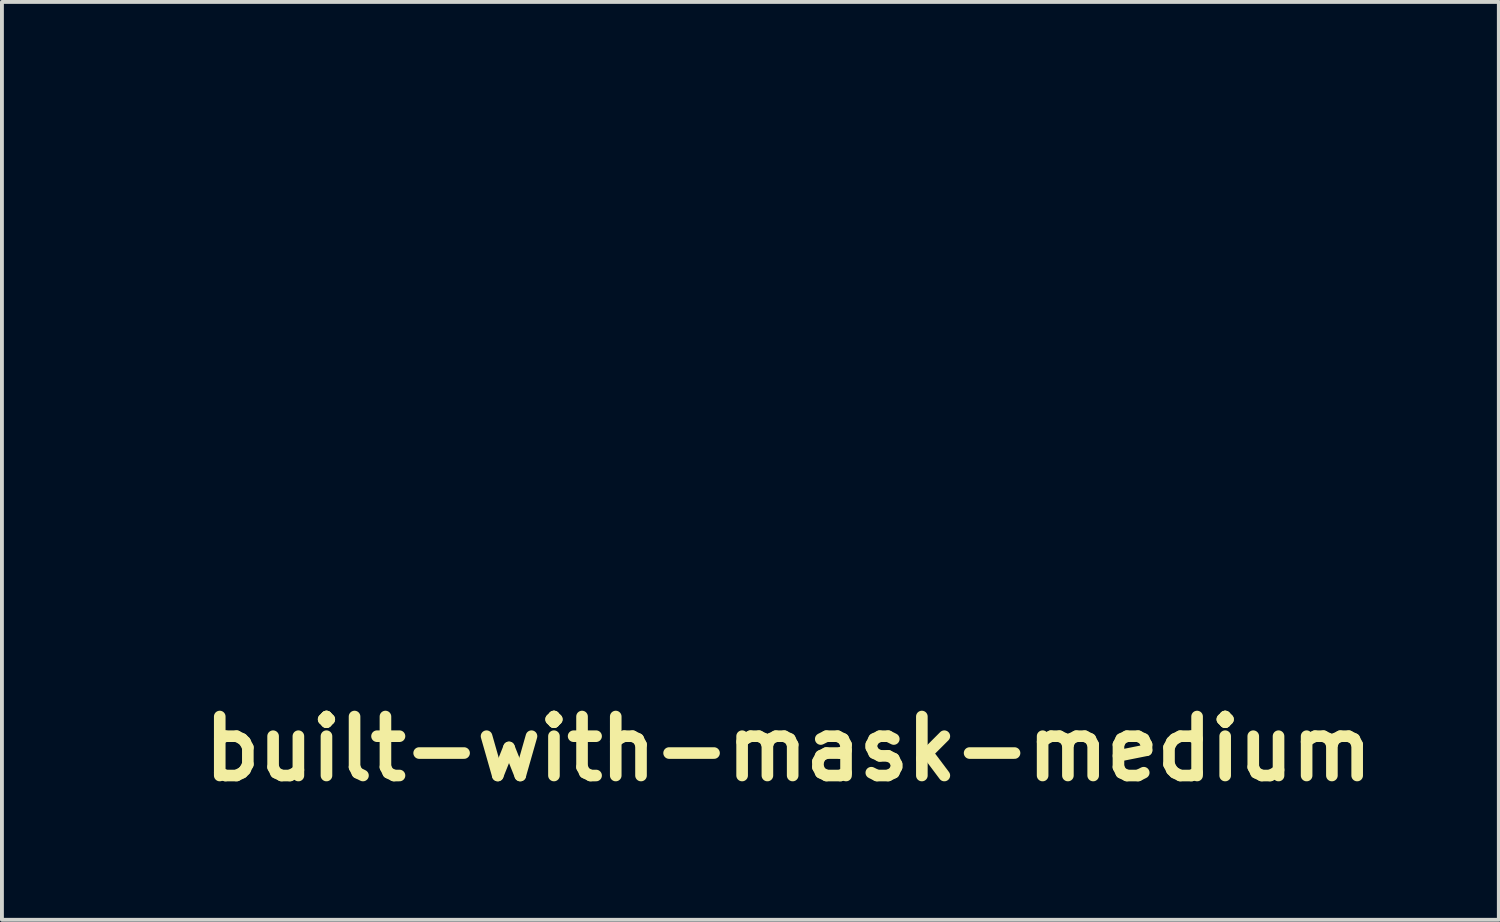
<source format=kicad_pcb>
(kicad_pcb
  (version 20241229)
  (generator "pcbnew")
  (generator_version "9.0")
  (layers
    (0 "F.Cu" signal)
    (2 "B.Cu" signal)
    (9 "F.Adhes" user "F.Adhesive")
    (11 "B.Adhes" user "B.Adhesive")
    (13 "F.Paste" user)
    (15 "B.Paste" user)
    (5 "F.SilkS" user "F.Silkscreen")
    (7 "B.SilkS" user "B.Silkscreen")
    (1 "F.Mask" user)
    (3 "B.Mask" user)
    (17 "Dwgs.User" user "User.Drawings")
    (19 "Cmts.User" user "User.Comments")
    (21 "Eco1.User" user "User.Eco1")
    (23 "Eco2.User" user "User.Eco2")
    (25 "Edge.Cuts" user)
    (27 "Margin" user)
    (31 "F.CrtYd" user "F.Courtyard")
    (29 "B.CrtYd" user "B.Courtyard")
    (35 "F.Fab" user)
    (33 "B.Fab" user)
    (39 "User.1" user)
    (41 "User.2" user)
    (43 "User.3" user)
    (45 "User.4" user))
  (footprint "built-with-mask-medium"
    (layer "F.Cu")
    (at 17.324 16.3)
    (property "Reference" "built-with-mask-medium" (at 0 0 0) (layer "F.SilkS") (effects (font (size 1.524 1.524) (thickness 0.3))))
    (attr board_only exclude_from_pos_files exclude_from_bom)
    (fp_poly (pts (xy -3.403 -9) (xy -2.162 -9) (xy -2.162 -8.58) (xy -3.923 -8.58) (xy -3.923 -11.24) (xy -3.403 -11.24)) (stroke (width 0) (type solid)) (fill yes) (layer "F.Mask"))
    (fp_poly (pts (xy 9.427 -12.66) (xy 9.848 -12.66) (xy 9.848 -12.34) (xy 8.587 -12.34) (xy 8.587 -12.66) (xy 9.027 -12.66) (xy 9.027 -13.58) (xy 8.587 -13.58) (xy 8.587 -13.9) (xy 9.427 -13.9)) (stroke (width 0) (type solid)) (fill yes) (layer "F.Mask"))
    (fp_poly (pts (xy 0.56 -12.66) (xy 0.981 -12.66) (xy 0.981 -12.34) (xy -0.28 -12.34) (xy -0.28 -12.659) (xy -0.065 -12.664) (xy 0.15 -12.67) (xy 0.161 -13.58) (xy -0.28 -13.58) (xy -0.28 -13.9) (xy 0.56 -13.9)) (stroke (width 0) (type solid)) (fill yes) (layer "F.Mask"))
    (fp_poly (pts (xy 2.342 -12.66) (xy 2.782 -12.66) (xy 2.782 -12.34) (xy 1.461 -12.34) (xy 1.461 -12.66) (xy 1.922 -12.66) (xy 1.922 -14.219) (xy 1.471 -14.23) (xy 1.465 -14.395) (xy 1.46 -14.56) (xy 2.342 -14.56)) (stroke (width 0) (type solid)) (fill yes) (layer "F.Mask"))
    (fp_poly (pts (xy 0.396 -14.513) (xy 0.48 -14.483) (xy 0.541 -14.428) (xy 0.576 -14.357) (xy 0.582 -14.279) (xy 0.556 -14.202) (xy 0.522 -14.158) (xy 0.478 -14.121) (xy 0.441 -14.101) (xy 0.434 -14.1) (xy 0.388 -14.095) (xy 0.377 -14.092) (xy 0.339 -14.091) (xy 0.293 -14.101) (xy 0.217 -14.139) (xy 0.158 -14.199) (xy 0.13 -14.26) (xy 0.131 -14.341) (xy 0.164 -14.414) (xy 0.222 -14.472) (xy 0.299 -14.507) (xy 0.385 -14.514)) (stroke (width 0) (type solid)) (fill yes) (layer "F.Mask"))
    (fp_poly (pts (xy 9.272 -14.511) (xy 9.352 -14.481) (xy 9.395 -14.447) (xy 9.43 -14.402) (xy 9.445 -14.349) (xy 9.447 -14.299) (xy 9.443 -14.235) (xy 9.426 -14.193) (xy 9.388 -14.154) (xy 9.386 -14.152) (xy 9.34 -14.119) (xy 9.304 -14.101) (xy 9.297 -14.1) (xy 9.253 -14.094) (xy 9.244 -14.092) (xy 9.207 -14.091) (xy 9.156 -14.101) (xy 9.074 -14.143) (xy 9.021 -14.21) (xy 9 -14.294) (xy 9.009 -14.368) (xy 9.047 -14.44) (xy 9.11 -14.489) (xy 9.189 -14.513)) (stroke (width 0) (type solid)) (fill yes) (layer "F.Mask"))
    (fp_poly (pts (xy 12.225 -14.556) (xy 12.42 -14.55) (xy 12.425 -14.133) (xy 12.431 -13.716) (xy 12.51 -13.788) (xy 12.609 -13.862) (xy 12.713 -13.905) (xy 12.834 -13.922) (xy 12.874 -13.923) (xy 13.025 -13.907) (xy 13.151 -13.86) (xy 13.253 -13.782) (xy 13.334 -13.671) (xy 13.354 -13.63) (xy 13.368 -13.6) (xy 13.378 -13.57) (xy 13.386 -13.535) (xy 13.392 -13.49) (xy 13.397 -13.43) (xy 13.4 -13.351) (xy 13.403 -13.247) (xy 13.405 -13.113) (xy 13.407 -12.944) (xy 13.407 -12.935) (xy 13.413 -12.34) (xy 13.012 -12.34) (xy 13.006 -12.9) (xy 13 -13.459) (xy 12.936 -13.524) (xy 12.895 -13.56) (xy 12.853 -13.581) (xy 12.797 -13.592) (xy 12.741 -13.596) (xy 12.663 -13.599) (xy 12.607 -13.591) (xy 12.556 -13.571) (xy 12.521 -13.551) (xy 12.43 -13.498) (xy 12.43 -12.34) (xy 12.029 -12.34) (xy 12.029 -14.561)) (stroke (width 0) (type solid)) (fill yes) (layer "F.Mask"))
    (fp_poly (pts (xy 10.751 -10.571) (xy 10.9 -10.525) (xy 11.023 -10.448) (xy 11.122 -10.34) (xy 11.194 -10.201) (xy 11.241 -10.032) (xy 11.248 -9.988) (xy 11.253 -9.934) (xy 11.258 -9.845) (xy 11.262 -9.729) (xy 11.265 -9.592) (xy 11.267 -9.44) (xy 11.268 -9.278) (xy 11.268 -9.214) (xy 11.269 -8.579) (xy 11.014 -8.584) (xy 10.758 -8.59) (xy 10.748 -9.28) (xy 10.746 -9.467) (xy 10.743 -9.619) (xy 10.74 -9.739) (xy 10.736 -9.832) (xy 10.732 -9.902) (xy 10.726 -9.953) (xy 10.72 -9.99) (xy 10.711 -10.017) (xy 10.703 -10.035) (xy 10.646 -10.103) (xy 10.56 -10.149) (xy 10.442 -10.173) (xy 10.428 -10.175) (xy 10.3 -10.173) (xy 10.191 -10.139) (xy 10.091 -10.07) (xy 10.085 -10.065) (xy 10.008 -9.995) (xy 10.008 -8.58) (xy 9.507 -8.58) (xy 9.507 -10.56) (xy 9.963 -10.56) (xy 9.977 -10.429) (xy 9.991 -10.299) (xy 10.1 -10.398) (xy 10.233 -10.497) (xy 10.379 -10.558) (xy 10.541 -10.584) (xy 10.578 -10.585)) (stroke (width 0) (type solid)) (fill yes) (layer "F.Mask"))
    (fp_poly (pts (xy 10.989 -13.9) (xy 11.569 -13.9) (xy 11.569 -13.6) (xy 10.989 -13.6) (xy 10.989 -13.205) (xy 10.99 -13.05) (xy 10.993 -12.93) (xy 11.001 -12.84) (xy 11.014 -12.774) (xy 11.035 -12.728) (xy 11.063 -12.696) (xy 11.102 -12.674) (xy 11.141 -12.659) (xy 11.202 -12.649) (xy 11.289 -12.645) (xy 11.386 -12.649) (xy 11.479 -12.659) (xy 11.542 -12.672) (xy 11.568 -12.675) (xy 11.587 -12.663) (xy 11.6 -12.63) (xy 11.611 -12.568) (xy 11.619 -12.508) (xy 11.625 -12.448) (xy 11.621 -12.414) (xy 11.603 -12.396) (xy 11.576 -12.384) (xy 11.473 -12.353) (xy 11.35 -12.333) (xy 11.217 -12.322) (xy 11.088 -12.322) (xy 10.974 -12.333) (xy 10.899 -12.352) (xy 10.802 -12.406) (xy 10.712 -12.489) (xy 10.642 -12.59) (xy 10.628 -12.618) (xy 10.617 -12.648) (xy 10.609 -12.686) (xy 10.603 -12.738) (xy 10.599 -12.808) (xy 10.596 -12.903) (xy 10.594 -13.029) (xy 10.592 -13.135) (xy 10.586 -13.6) (xy 10.228 -13.6) (xy 10.228 -13.9) (xy 10.588 -13.9) (xy 10.588 -14.28) (xy 10.989 -14.28)) (stroke (width 0) (type solid)) (fill yes) (layer "F.Mask"))
    (fp_poly (pts (xy 3.883 -13.9) (xy 4.464 -13.9) (xy 4.464 -13.6) (xy 3.883 -13.6) (xy 3.883 -13.245) (xy 3.884 -13.091) (xy 3.888 -12.972) (xy 3.896 -12.881) (xy 3.908 -12.814) (xy 3.926 -12.763) (xy 3.951 -12.724) (xy 3.975 -12.699) (xy 4.008 -12.672) (xy 4.046 -12.658) (xy 4.101 -12.651) (xy 4.17 -12.65) (xy 4.259 -12.652) (xy 4.347 -12.658) (xy 4.407 -12.664) (xy 4.5 -12.679) (xy 4.513 -12.574) (xy 4.523 -12.508) (xy 4.532 -12.455) (xy 4.536 -12.437) (xy 4.53 -12.412) (xy 4.496 -12.389) (xy 4.449 -12.37) (xy 4.374 -12.351) (xy 4.275 -12.337) (xy 4.163 -12.328) (xy 4.048 -12.325) (xy 3.943 -12.328) (xy 3.858 -12.337) (xy 3.818 -12.347) (xy 3.695 -12.413) (xy 3.599 -12.508) (xy 3.546 -12.598) (xy 3.528 -12.636) (xy 3.515 -12.671) (xy 3.506 -12.71) (xy 3.499 -12.759) (xy 3.494 -12.824) (xy 3.491 -12.911) (xy 3.488 -13.027) (xy 3.486 -13.154) (xy 3.479 -13.598) (xy 3.306 -13.604) (xy 3.132 -13.61) (xy 3.121 -13.9) (xy 3.483 -13.9) (xy 3.483 -14.28) (xy 3.883 -14.28)) (stroke (width 0) (type solid)) (fill yes) (layer "F.Mask"))
    (fp_poly (pts (xy 6.286 -10.568) (xy 6.432 -10.52) (xy 6.553 -10.442) (xy 6.649 -10.332) (xy 6.719 -10.191) (xy 6.764 -10.021) (xy 6.765 -10.014) (xy 6.77 -9.964) (xy 6.774 -9.879) (xy 6.778 -9.766) (xy 6.781 -9.632) (xy 6.784 -9.48) (xy 6.785 -9.319) (xy 6.785 -9.235) (xy 6.785 -8.58) (xy 6.287 -8.58) (xy 6.281 -9.255) (xy 6.279 -9.438) (xy 6.277 -9.586) (xy 6.275 -9.703) (xy 6.272 -9.794) (xy 6.268 -9.862) (xy 6.263 -9.912) (xy 6.257 -9.949) (xy 6.249 -9.978) (xy 6.238 -10.002) (xy 6.235 -10.009) (xy 6.181 -10.089) (xy 6.113 -10.14) (xy 6.02 -10.168) (xy 5.973 -10.174) (xy 5.832 -10.173) (xy 5.715 -10.14) (xy 5.616 -10.076) (xy 5.6 -10.06) (xy 5.524 -9.985) (xy 5.524 -8.58) (xy 5.024 -8.58) (xy 5.024 -10.56) (xy 5.481 -10.56) (xy 5.495 -10.43) (xy 5.503 -10.364) (xy 5.509 -10.317) (xy 5.512 -10.3) (xy 5.528 -10.313) (xy 5.564 -10.346) (xy 5.615 -10.393) (xy 5.621 -10.399) (xy 5.74 -10.491) (xy 5.866 -10.55) (xy 6.011 -10.579) (xy 6.115 -10.584)) (stroke (width 0) (type solid)) (fill yes) (layer "F.Mask"))
    (fp_poly (pts (xy -1.178 -9.875) (xy -1.176 -9.69) (xy -1.174 -9.541) (xy -1.171 -9.422) (xy -1.168 -9.331) (xy -1.165 -9.261) (xy -1.16 -9.21) (xy -1.153 -9.172) (xy -1.145 -9.143) (xy -1.135 -9.119) (xy -1.131 -9.11) (xy -1.072 -9.032) (xy -0.988 -8.982) (xy -0.877 -8.961) (xy -0.841 -8.96) (xy -0.711 -8.978) (xy -0.599 -9.026) (xy -0.515 -9.099) (xy -0.46 -9.163) (xy -0.46 -10.56) (xy 0.04 -10.56) (xy 0.04 -8.579) (xy -0.185 -8.584) (xy -0.41 -8.59) (xy -0.416 -8.65) (xy -0.423 -8.715) (xy -0.432 -8.777) (xy -0.443 -8.843) (xy -0.552 -8.741) (xy -0.619 -8.683) (xy -0.689 -8.632) (xy -0.746 -8.601) (xy -0.871 -8.563) (xy -1.012 -8.551) (xy -1.151 -8.564) (xy -1.161 -8.566) (xy -1.308 -8.615) (xy -1.429 -8.693) (xy -1.527 -8.801) (xy -1.605 -8.943) (xy -1.626 -8.995) (xy -1.638 -9.028) (xy -1.647 -9.061) (xy -1.654 -9.099) (xy -1.66 -9.148) (xy -1.664 -9.211) (xy -1.668 -9.292) (xy -1.671 -9.398) (xy -1.673 -9.531) (xy -1.675 -9.696) (xy -1.677 -9.835) (xy -1.684 -10.56) (xy -1.185 -10.56)) (stroke (width 0) (type solid)) (fill yes) (layer "F.Mask"))
    (fp_poly (pts (xy -1.758 -13.355) (xy -1.756 -13.188) (xy -1.753 -13.057) (xy -1.75 -12.956) (xy -1.745 -12.88) (xy -1.74 -12.826) (xy -1.732 -12.787) (xy -1.723 -12.76) (xy -1.718 -12.749) (xy -1.665 -12.686) (xy -1.588 -12.651) (xy -1.49 -12.64) (xy -1.374 -12.655) (xy -1.281 -12.699) (xy -1.224 -12.756) (xy -1.211 -12.775) (xy -1.201 -12.797) (xy -1.194 -12.825) (xy -1.188 -12.866) (xy -1.185 -12.923) (xy -1.182 -13.003) (xy -1.181 -13.109) (xy -1.181 -13.246) (xy -1.181 -13.358) (xy -1.181 -13.9) (xy -0.781 -13.9) (xy -0.781 -12.338) (xy -0.966 -12.344) (xy -1.151 -12.35) (xy -1.157 -12.445) (xy -1.162 -12.5) (xy -1.169 -12.535) (xy -1.173 -12.54) (xy -1.191 -12.527) (xy -1.228 -12.494) (xy -1.255 -12.468) (xy -1.317 -12.415) (xy -1.386 -12.37) (xy -1.409 -12.358) (xy -1.497 -12.333) (xy -1.605 -12.322) (xy -1.718 -12.326) (xy -1.818 -12.345) (xy -1.831 -12.35) (xy -1.913 -12.395) (xy -1.993 -12.468) (xy -2.062 -12.558) (xy -2.11 -12.654) (xy -2.115 -12.667) (xy -2.125 -12.706) (xy -2.134 -12.755) (xy -2.14 -12.82) (xy -2.146 -12.904) (xy -2.15 -13.014) (xy -2.154 -13.154) (xy -2.157 -13.328) (xy -2.157 -13.335) (xy -2.165 -13.9) (xy -1.764 -13.9)) (stroke (width 0) (type solid)) (fill yes) (layer "F.Mask"))
    (fp_poly (pts (xy 7.851 -11.235) (xy 8.032 -11.232) (xy 8.177 -11.228) (xy 8.291 -11.223) (xy 8.378 -11.218) (xy 8.442 -11.21) (xy 8.489 -11.202) (xy 8.507 -11.196) (xy 8.684 -11.123) (xy 8.828 -11.032) (xy 8.943 -10.92) (xy 9.034 -10.784) (xy 9.053 -10.745) (xy 9.082 -10.682) (xy 9.1 -10.63) (xy 9.111 -10.576) (xy 9.116 -10.509) (xy 9.117 -10.417) (xy 9.117 -10.39) (xy 9.116 -10.288) (xy 9.112 -10.215) (xy 9.103 -10.159) (xy 9.086 -10.108) (xy 9.064 -10.056) (xy 8.973 -9.908) (xy 8.851 -9.782) (xy 8.702 -9.681) (xy 8.532 -9.609) (xy 8.465 -9.591) (xy 8.369 -9.575) (xy 8.241 -9.565) (xy 8.088 -9.56) (xy 8.061 -9.56) (xy 7.786 -9.56) (xy 7.786 -8.58) (xy 7.286 -8.58) (xy 7.286 -10.82) (xy 7.786 -10.82) (xy 7.786 -9.98) (xy 8.051 -9.98) (xy 8.169 -9.982) (xy 8.255 -9.986) (xy 8.318 -9.993) (xy 8.367 -10.006) (xy 8.397 -10.018) (xy 8.455 -10.05) (xy 8.502 -10.084) (xy 8.511 -10.093) (xy 8.568 -10.185) (xy 8.6 -10.298) (xy 8.606 -10.418) (xy 8.586 -10.537) (xy 8.541 -10.643) (xy 8.501 -10.697) (xy 8.448 -10.745) (xy 8.387 -10.779) (xy 8.311 -10.802) (xy 8.212 -10.814) (xy 8.082 -10.819) (xy 8.041 -10.82) (xy 7.786 -10.82) (xy 7.286 -10.82) (xy 7.286 -11.244)) (stroke (width 0) (type solid)) (fill yes) (layer "F.Mask"))
    (fp_poly (pts (xy 12.529 -11.235) (xy 12.656 -11.232) (xy 12.762 -11.228) (xy 12.839 -11.223) (xy 12.86 -11.22) (xy 12.99 -11.189) (xy 13.124 -11.139) (xy 13.247 -11.075) (xy 13.346 -11.003) (xy 13.367 -10.984) (xy 13.475 -10.849) (xy 13.552 -10.699) (xy 13.596 -10.538) (xy 13.609 -10.372) (xy 13.59 -10.209) (xy 13.539 -10.052) (xy 13.457 -9.91) (xy 13.361 -9.803) (xy 13.253 -9.717) (xy 13.135 -9.652) (xy 13.001 -9.606) (xy 12.844 -9.576) (xy 12.658 -9.562) (xy 12.545 -9.56) (xy 12.27 -9.56) (xy 12.27 -8.58) (xy 12.019 -8.58) (xy 11.904 -8.581) (xy 11.825 -8.585) (xy 11.778 -8.593) (xy 11.759 -8.604) (xy 11.758 -8.605) (xy 11.757 -8.629) (xy 11.756 -8.689) (xy 11.754 -8.783) (xy 11.754 -8.906) (xy 11.753 -9.056) (xy 11.753 -9.229) (xy 11.753 -9.421) (xy 11.753 -9.63) (xy 11.754 -9.851) (xy 11.754 -9.93) (xy 11.758 -10.82) (xy 12.27 -10.82) (xy 12.27 -9.98) (xy 12.534 -9.98) (xy 12.647 -9.981) (xy 12.729 -9.984) (xy 12.788 -9.991) (xy 12.835 -10.002) (xy 12.877 -10.018) (xy 12.885 -10.022) (xy 12.974 -10.086) (xy 13.039 -10.174) (xy 13.078 -10.28) (xy 13.092 -10.393) (xy 13.079 -10.508) (xy 13.038 -10.615) (xy 12.973 -10.702) (xy 12.92 -10.748) (xy 12.861 -10.78) (xy 12.789 -10.802) (xy 12.696 -10.814) (xy 12.574 -10.819) (xy 12.505 -10.82) (xy 12.27 -10.82) (xy 11.758 -10.82) (xy 11.759 -11.23) (xy 12.24 -11.236) (xy 12.387 -11.236)) (stroke (width 0) (type solid)) (fill yes) (layer "F.Mask"))
    (fp_poly (pts (xy 2.061 -10.572) (xy 2.158 -10.532) (xy 2.237 -10.459) (xy 2.292 -10.37) (xy 2.352 -10.25) (xy 2.357 -9.414) (xy 2.363 -8.579) (xy 2.137 -8.584) (xy 1.912 -8.59) (xy 1.901 -9.357) (xy 1.899 -9.552) (xy 1.896 -9.712) (xy 1.894 -9.839) (xy 1.891 -9.938) (xy 1.888 -10.012) (xy 1.884 -10.065) (xy 1.878 -10.102) (xy 1.872 -10.126) (xy 1.864 -10.141) (xy 1.855 -10.15) (xy 1.853 -10.152) (xy 1.788 -10.177) (xy 1.718 -10.172) (xy 1.661 -10.14) (xy 1.651 -10.128) (xy 1.643 -10.113) (xy 1.636 -10.091) (xy 1.631 -10.058) (xy 1.627 -10.009) (xy 1.625 -9.941) (xy 1.623 -9.85) (xy 1.622 -9.732) (xy 1.621 -9.583) (xy 1.621 -9.399) (xy 1.621 -9.34) (xy 1.621 -8.58) (xy 1.182 -8.58) (xy 1.177 -9.338) (xy 1.175 -9.533) (xy 1.173 -9.691) (xy 1.172 -9.818) (xy 1.169 -9.916) (xy 1.166 -9.991) (xy 1.162 -10.045) (xy 1.157 -10.083) (xy 1.151 -10.108) (xy 1.143 -10.125) (xy 1.133 -10.138) (xy 1.076 -10.174) (xy 1.01 -10.176) (xy 0.945 -10.145) (xy 0.93 -10.131) (xy 0.881 -10.082) (xy 0.881 -8.58) (xy 0.42 -8.58) (xy 0.42 -10.56) (xy 0.861 -10.56) (xy 0.861 -10.461) (xy 0.864 -10.402) (xy 0.874 -10.36) (xy 0.881 -10.35) (xy 0.899 -10.352) (xy 0.901 -10.359) (xy 0.916 -10.393) (xy 0.954 -10.44) (xy 1.006 -10.489) (xy 1.061 -10.533) (xy 1.109 -10.559) (xy 1.113 -10.561) (xy 1.225 -10.583) (xy 1.333 -10.579) (xy 1.429 -10.551) (xy 1.505 -10.501) (xy 1.538 -10.459) (xy 1.569 -10.413) (xy 1.592 -10.404) (xy 1.615 -10.429) (xy 1.621 -10.439) (xy 1.669 -10.494) (xy 1.746 -10.539) (xy 1.839 -10.571) (xy 1.938 -10.584) (xy 1.938 -10.584)) (stroke (width 0) (type solid)) (fill yes) (layer "F.Mask"))
    (fp_poly (pts (xy 3.928 -10.559) (xy 4.093 -10.502) (xy 4.239 -10.417) (xy 4.36 -10.306) (xy 4.419 -10.226) (xy 4.487 -10.099) (xy 4.535 -9.96) (xy 4.565 -9.8) (xy 4.579 -9.635) (xy 4.59 -9.4) (xy 3.24 -9.4) (xy 3.253 -9.355) (xy 3.307 -9.226) (xy 3.388 -9.116) (xy 3.49 -9.031) (xy 3.606 -8.979) (xy 3.609 -8.978) (xy 3.705 -8.964) (xy 3.82 -8.965) (xy 3.937 -8.978) (xy 4.039 -9.004) (xy 4.064 -9.014) (xy 4.137 -9.053) (xy 4.207 -9.101) (xy 4.225 -9.116) (xy 4.295 -9.177) (xy 4.419 -9.04) (xy 4.543 -8.904) (xy 4.488 -8.844) (xy 4.424 -8.788) (xy 4.336 -8.726) (xy 4.24 -8.667) (xy 4.149 -8.622) (xy 4.132 -8.615) (xy 4.083 -8.6) (xy 4.012 -8.584) (xy 3.929 -8.568) (xy 3.847 -8.554) (xy 3.778 -8.545) (xy 3.733 -8.542) (xy 3.726 -8.543) (xy 3.701 -8.546) (xy 3.648 -8.553) (xy 3.583 -8.561) (xy 3.399 -8.601) (xy 3.227 -8.673) (xy 3.074 -8.774) (xy 2.945 -8.899) (xy 2.844 -9.045) (xy 2.799 -9.143) (xy 2.757 -9.296) (xy 2.736 -9.471) (xy 2.738 -9.655) (xy 2.743 -9.709) (xy 2.761 -9.798) (xy 3.263 -9.798) (xy 3.28 -9.78) (xy 3.317 -9.768) (xy 3.38 -9.763) (xy 3.473 -9.76) (xy 3.599 -9.76) (xy 3.675 -9.76) (xy 4.088 -9.76) (xy 4.078 -9.85) (xy 4.047 -9.965) (xy 3.984 -10.058) (xy 3.891 -10.127) (xy 3.774 -10.168) (xy 3.718 -10.176) (xy 3.593 -10.17) (xy 3.482 -10.127) (xy 3.388 -10.048) (xy 3.312 -9.936) (xy 3.3 -9.91) (xy 3.278 -9.861) (xy 3.264 -9.824) (xy 3.263 -9.798) (xy 2.761 -9.798) (xy 2.784 -9.913) (xy 2.855 -10.095) (xy 2.954 -10.251) (xy 3.081 -10.379) (xy 3.232 -10.479) (xy 3.407 -10.547) (xy 3.561 -10.578) (xy 3.749 -10.585)) (stroke (width 0) (type solid)) (fill yes) (layer "F.Mask"))
    (fp_poly (pts (xy -3.478 -14.435) (xy -3.313 -14.432) (xy -3.182 -14.428) (xy -3.081 -14.422) (xy -3.003 -14.415) (xy -2.944 -14.407) (xy -2.898 -14.396) (xy -2.888 -14.393) (xy -2.75 -14.329) (xy -2.639 -14.24) (xy -2.56 -14.128) (xy -2.514 -13.997) (xy -2.502 -13.881) (xy -2.512 -13.763) (xy -2.54 -13.669) (xy -2.571 -13.618) (xy -2.618 -13.561) (xy -2.672 -13.506) (xy -2.724 -13.463) (xy -2.763 -13.441) (xy -2.771 -13.44) (xy -2.767 -13.431) (xy -2.734 -13.408) (xy -2.687 -13.379) (xy -2.581 -13.297) (xy -2.504 -13.19) (xy -2.459 -13.063) (xy -2.448 -12.922) (xy -2.453 -12.87) (xy -2.49 -12.721) (xy -2.559 -12.596) (xy -2.66 -12.495) (xy -2.776 -12.426) (xy -2.841 -12.399) (xy -2.909 -12.379) (xy -2.988 -12.363) (xy -3.083 -12.352) (xy -3.199 -12.345) (xy -3.343 -12.341) (xy -3.521 -12.34) (xy -3.538 -12.34) (xy -3.963 -12.34) (xy -3.963 -13.26) (xy -3.563 -13.26) (xy -3.563 -12.973) (xy -3.562 -12.87) (xy -3.559 -12.781) (xy -3.555 -12.713) (xy -3.55 -12.676) (xy -3.548 -12.671) (xy -3.523 -12.666) (xy -3.467 -12.663) (xy -3.387 -12.663) (xy -3.298 -12.666) (xy -3.182 -12.673) (xy -3.099 -12.682) (xy -3.041 -12.695) (xy -3 -12.713) (xy -2.921 -12.773) (xy -2.876 -12.845) (xy -2.858 -12.94) (xy -2.858 -12.969) (xy -2.869 -13.071) (xy -2.903 -13.147) (xy -2.966 -13.206) (xy -2.988 -13.221) (xy -3.021 -13.238) (xy -3.061 -13.249) (xy -3.115 -13.256) (xy -3.192 -13.259) (xy -3.3 -13.26) (xy -3.308 -13.26) (xy -3.563 -13.26) (xy -3.963 -13.26) (xy -3.963 -13.556) (xy -3.564 -13.556) (xy -3.328 -13.563) (xy -3.217 -13.568) (xy -3.137 -13.575) (xy -3.081 -13.587) (xy -3.04 -13.603) (xy -3.03 -13.608) (xy -2.956 -13.674) (xy -2.913 -13.76) (xy -2.903 -13.857) (xy -2.929 -13.959) (xy -2.934 -13.97) (xy -2.968 -14.023) (xy -3.017 -14.061) (xy -3.087 -14.086) (xy -3.183 -14.101) (xy -3.312 -14.107) (xy -3.331 -14.107) (xy -3.553 -14.11) (xy -3.558 -13.833) (xy -3.564 -13.556) (xy -3.963 -13.556) (xy -3.963 -14.444)) (stroke (width 0) (type solid)) (fill yes) (layer "F.Mask"))
    (fp_poly (pts (xy 6.8 -14.439) (xy 6.863 -14.436) (xy 6.9 -14.432) (xy 6.905 -14.43) (xy 6.908 -14.408) (xy 6.914 -14.352) (xy 6.924 -14.265) (xy 6.937 -14.155) (xy 6.953 -14.024) (xy 6.97 -13.88) (xy 6.975 -13.837) (xy 6.993 -13.688) (xy 7.009 -13.552) (xy 7.023 -13.434) (xy 7.034 -13.339) (xy 7.042 -13.271) (xy 7.045 -13.237) (xy 7.046 -13.234) (xy 7.047 -13.213) (xy 7.052 -13.222) (xy 7.06 -13.261) (xy 7.073 -13.332) (xy 7.089 -13.438) (xy 7.11 -13.58) (xy 7.136 -13.758) (xy 7.147 -13.835) (xy 7.232 -14.44) (xy 7.379 -14.44) (xy 7.45 -14.438) (xy 7.502 -14.433) (xy 7.526 -14.426) (xy 7.526 -14.425) (xy 7.529 -14.397) (xy 7.538 -14.337) (xy 7.55 -14.251) (xy 7.566 -14.144) (xy 7.584 -14.022) (xy 7.604 -13.891) (xy 7.625 -13.758) (xy 7.645 -13.628) (xy 7.664 -13.506) (xy 7.681 -13.4) (xy 7.695 -13.314) (xy 7.705 -13.256) (xy 7.71 -13.23) (xy 7.71 -13.229) (xy 7.715 -13.246) (xy 7.723 -13.298) (xy 7.734 -13.379) (xy 7.748 -13.486) (xy 7.764 -13.612) (xy 7.782 -13.754) (xy 7.784 -13.776) (xy 7.802 -13.923) (xy 7.818 -14.059) (xy 7.833 -14.179) (xy 7.846 -14.277) (xy 7.855 -14.347) (xy 7.86 -14.384) (xy 7.861 -14.385) (xy 7.871 -14.44) (xy 8.049 -14.44) (xy 8.134 -14.439) (xy 8.187 -14.436) (xy 8.215 -14.428) (xy 8.225 -14.414) (xy 8.226 -14.404) (xy 8.224 -14.378) (xy 8.216 -14.316) (xy 8.204 -14.222) (xy 8.188 -14.101) (xy 8.168 -13.955) (xy 8.146 -13.789) (xy 8.121 -13.607) (xy 8.094 -13.412) (xy 8.086 -13.359) (xy 8.059 -13.163) (xy 8.034 -12.98) (xy 8.011 -12.812) (xy 7.99 -12.664) (xy 7.973 -12.54) (xy 7.96 -12.443) (xy 7.951 -12.377) (xy 7.947 -12.346) (xy 7.946 -12.344) (xy 7.928 -12.342) (xy 7.878 -12.342) (xy 7.806 -12.343) (xy 7.762 -12.344) (xy 7.578 -12.35) (xy 7.483 -12.937) (xy 7.459 -13.085) (xy 7.437 -13.22) (xy 7.417 -13.337) (xy 7.401 -13.43) (xy 7.389 -13.496) (xy 7.382 -13.529) (xy 7.381 -13.531) (xy 7.376 -13.514) (xy 7.366 -13.463) (xy 7.352 -13.382) (xy 7.334 -13.275) (xy 7.314 -13.149) (xy 7.292 -13.008) (xy 7.288 -12.984) (xy 7.265 -12.838) (xy 7.244 -12.703) (xy 7.225 -12.585) (xy 7.21 -12.489) (xy 7.199 -12.421) (xy 7.192 -12.386) (xy 7.192 -12.385) (xy 7.184 -12.364) (xy 7.168 -12.35) (xy 7.136 -12.343) (xy 7.079 -12.34) (xy 7.003 -12.34) (xy 6.924 -12.341) (xy 6.863 -12.342) (xy 6.829 -12.344) (xy 6.824 -12.345) (xy 6.822 -12.365) (xy 6.814 -12.421) (xy 6.801 -12.51) (xy 6.785 -12.627) (xy 6.765 -12.769) (xy 6.743 -12.932) (xy 6.718 -13.112) (xy 6.69 -13.307) (xy 6.678 -13.395) (xy 6.533 -14.44) (xy 6.719 -14.44)) (stroke (width 0) (type solid)) (fill yes) (layer "F.Mask"))
    (fp_poly (pts (xy -9.893 -14.155) (xy -9.287 -13.55) (xy -9.287 -12.9) (xy -7.496 -12.9) (xy -6.47 -11.875) (xy -5.444 -10.85) (xy -5.444 -8.56) (xy -6.405 -8.56) (xy -6.405 -9.62) (xy -14.612 -9.62) (xy -14.612 -8.56) (xy -15.552 -8.56) (xy -15.552 -10.821) (xy -15.552 -11.099) (xy -11.751 -11.099) (xy -11.729 -11.007) (xy -11.709 -10.97) (xy -11.64 -10.891) (xy -11.536 -10.817) (xy -11.403 -10.75) (xy -11.244 -10.691) (xy -11.066 -10.644) (xy -10.874 -10.61) (xy -10.809 -10.602) (xy -10.67 -10.592) (xy -10.507 -10.591) (xy -10.336 -10.597) (xy -10.171 -10.609) (xy -10.027 -10.628) (xy -10.001 -10.633) (xy -9.818 -10.676) (xy -9.656 -10.731) (xy -9.516 -10.797) (xy -9.403 -10.87) (xy -9.319 -10.95) (xy -9.268 -11.033) (xy -9.253 -11.117) (xy -9.255 -11.135) (xy -9.289 -11.229) (xy -9.358 -11.315) (xy -9.459 -11.392) (xy -9.587 -11.46) (xy -9.738 -11.518) (xy -9.909 -11.565) (xy -10.095 -11.599) (xy -10.293 -11.621) (xy -10.498 -11.629) (xy -10.707 -11.622) (xy -10.915 -11.599) (xy -11.118 -11.561) (xy -11.15 -11.553) (xy -11.33 -11.498) (xy -11.48 -11.432) (xy -11.598 -11.358) (xy -11.684 -11.277) (xy -11.736 -11.19) (xy -11.751 -11.099) (xy -15.552 -11.099) (xy -15.552 -11.175) (xy -15.552 -11.492) (xy -15.552 -11.773) (xy -15.551 -11.903) (xy -15.009 -11.903) (xy -15.008 -11.756) (xy -15.007 -11.631) (xy -15.005 -11.531) (xy -15.003 -11.46) (xy -15 -11.424) (xy -14.998 -11.42) (xy -14.981 -11.434) (xy -14.939 -11.473) (xy -14.874 -11.536) (xy -14.79 -11.62) (xy -14.688 -11.721) (xy -14.571 -11.838) (xy -14.442 -11.968) (xy -14.304 -12.107) (xy -14.251 -12.161) (xy -13.521 -12.902) (xy -12.615 -12.901) (xy -11.709 -12.9) (xy -11.709 -13.55) (xy -11.384 -13.875) (xy -11.059 -14.2) (xy -12.442 -14.2) (xy -12.712 -14.2) (xy -12.945 -14.2) (xy -13.145 -14.199) (xy -13.314 -14.199) (xy -13.455 -14.197) (xy -13.571 -14.196) (xy -13.667 -14.194) (xy -13.743 -14.191) (xy -13.805 -14.187) (xy -13.855 -14.183) (xy -13.895 -14.178) (xy -13.929 -14.172) (xy -13.961 -14.165) (xy -13.976 -14.161) (xy -14.196 -14.085) (xy -14.397 -13.976) (xy -14.575 -13.835) (xy -14.726 -13.667) (xy -14.849 -13.473) (xy -14.861 -13.45) (xy -14.893 -13.384) (xy -14.92 -13.325) (xy -14.942 -13.269) (xy -14.959 -13.21) (xy -14.973 -13.146) (xy -14.983 -13.071) (xy -14.991 -12.98) (xy -14.997 -12.87) (xy -15.001 -12.736) (xy -15.003 -12.573) (xy -15.006 -12.378) (xy -15.007 -12.245) (xy -15.008 -12.068) (xy -15.009 -11.903) (xy -15.551 -11.903) (xy -15.551 -12.021) (xy -15.55 -12.238) (xy -15.55 -12.426) (xy -15.548 -12.588) (xy -15.547 -12.726) (xy -15.545 -12.842) (xy -15.543 -12.939) (xy -15.54 -13.019) (xy -15.537 -13.083) (xy -15.534 -13.135) (xy -15.53 -13.176) (xy -15.525 -13.21) (xy -15.52 -13.236) (xy -15.447 -13.495) (xy -15.338 -13.739) (xy -15.197 -13.965) (xy -15.026 -14.17) (xy -14.828 -14.35) (xy -14.607 -14.501) (xy -14.364 -14.621) (xy -14.261 -14.66) (xy -14.21 -14.677) (xy -14.162 -14.692) (xy -14.113 -14.705) (xy -14.06 -14.717) (xy -14.002 -14.726) (xy -13.934 -14.734) (xy -13.854 -14.741) (xy -13.76 -14.746) (xy -13.648 -14.751) (xy -13.516 -14.754) (xy -13.361 -14.756) (xy -13.179 -14.758) (xy -12.969 -14.759) (xy -12.727 -14.76) (xy -12.451 -14.76) (xy -12.152 -14.76) (xy -10.498 -14.76)) (stroke (width 0) (type solid)) (fill yes) (layer "F.Mask"))
    (fp_poly (pts (xy 0.778 -16.3) (xy 1.624 -16.3) (xy 2.433 -16.3) (xy 3.205 -16.3) (xy 3.942 -16.3) (xy 4.644 -16.3) (xy 5.312 -16.3) (xy 5.946 -16.299) (xy 6.548 -16.299) (xy 7.119 -16.299) (xy 7.659 -16.299) (xy 8.17 -16.299) (xy 8.651 -16.299) (xy 9.105 -16.298) (xy 9.532 -16.298) (xy 9.932 -16.298) (xy 10.306 -16.297) (xy 10.657 -16.297) (xy 10.983 -16.297) (xy 11.287 -16.296) (xy 11.568 -16.296) (xy 11.829 -16.295) (xy 12.069 -16.294) (xy 12.289 -16.294) (xy 12.492 -16.293) (xy 12.676 -16.292) (xy 12.844 -16.291) (xy 12.995 -16.29) (xy 13.132 -16.289) (xy 13.254 -16.288) (xy 13.363 -16.287) (xy 13.459 -16.286) (xy 13.543 -16.284) (xy 13.617 -16.283) (xy 13.681 -16.282) (xy 13.735 -16.28) (xy 13.782 -16.278) (xy 13.821 -16.277) (xy 13.853 -16.275) (xy 13.88 -16.273) (xy 13.902 -16.271) (xy 13.92 -16.269) (xy 13.934 -16.267) (xy 13.947 -16.264) (xy 13.958 -16.262) (xy 13.967 -16.26) (xy 14.215 -16.181) (xy 14.444 -16.067) (xy 14.65 -15.922) (xy 14.831 -15.745) (xy 14.987 -15.54) (xy 15.11 -15.317) (xy 15.129 -15.276) (xy 15.147 -15.241) (xy 15.163 -15.208) (xy 15.177 -15.176) (xy 15.19 -15.144) (xy 15.202 -15.108) (xy 15.212 -15.068) (xy 15.221 -15.021) (xy 15.229 -14.966) (xy 15.236 -14.9) (xy 15.242 -14.822) (xy 15.247 -14.729) (xy 15.251 -14.621) (xy 15.254 -14.494) (xy 15.257 -14.348) (xy 15.259 -14.179) (xy 15.26 -13.987) (xy 15.261 -13.769) (xy 15.262 -13.523) (xy 15.262 -13.248) (xy 15.262 -12.942) (xy 15.262 -12.602) (xy 15.262 -12.227) (xy 15.262 -11.815) (xy 15.262 -11.59) (xy 15.262 -8.31) (xy 15.206 -8.13) (xy 15.107 -7.879) (xy 14.977 -7.651) (xy 14.816 -7.448) (xy 14.627 -7.272) (xy 14.411 -7.124) (xy 14.17 -7.006) (xy 14.001 -6.947) (xy 13.993 -6.944) (xy 13.982 -6.942) (xy 13.968 -6.94) (xy 13.951 -6.938) (xy 13.929 -6.936) (xy 13.901 -6.935) (xy 13.866 -6.933) (xy 13.825 -6.931) (xy 13.775 -6.93) (xy 13.716 -6.928) (xy 13.648 -6.927) (xy 13.568 -6.925) (xy 13.478 -6.924) (xy 13.374 -6.923) (xy 13.258 -6.922) (xy 13.127 -6.921) (xy 12.981 -6.92) (xy 12.82 -6.919) (xy 12.642 -6.918) (xy 12.446 -6.917) (xy 12.232 -6.916) (xy 11.999 -6.916) (xy 11.745 -6.915) (xy 11.471 -6.914) (xy 11.174 -6.914) (xy 10.856 -6.913) (xy 10.513 -6.913) (xy 10.146 -6.912) (xy 9.754 -6.912) (xy 9.336 -6.911) (xy 8.891 -6.911) (xy 8.419 -6.911) (xy 7.917 -6.91) (xy 7.386 -6.91) (xy 6.825 -6.91) (xy 6.233 -6.909) (xy 5.608 -6.909) (xy 4.951 -6.909) (xy 4.26 -6.909) (xy 3.534 -6.909) (xy 2.773 -6.908) (xy 1.975 -6.908) (xy 1.14 -6.908) (xy 0.268 -6.908) (xy -0.644 -6.908) (xy -0.971 -6.908) (xy -1.785 -6.907) (xy -2.586 -6.907) (xy -3.373 -6.907) (xy -4.144 -6.907) (xy -4.899 -6.907) (xy -5.636 -6.907) (xy -6.356 -6.908) (xy -7.057 -6.908) (xy -7.738 -6.908) (xy -8.399 -6.908) (xy -9.037 -6.909) (xy -9.654 -6.909) (xy -10.247 -6.909) (xy -10.816 -6.91) (xy -11.36 -6.91) (xy -11.877 -6.911) (xy -12.368 -6.911) (xy -12.832 -6.912) (xy -13.266 -6.912) (xy -13.671 -6.913) (xy -14.046 -6.914) (xy -14.39 -6.915) (xy -14.701 -6.915) (xy -14.979 -6.916) (xy -15.224 -6.917) (xy -15.433 -6.918) (xy -15.607 -6.919) (xy -15.744 -6.919) (xy -15.844 -6.92) (xy -15.906 -6.921) (xy -15.928 -6.922) (xy -16.122 -6.97) (xy -16.322 -7.048) (xy -16.515 -7.149) (xy -16.689 -7.268) (xy -16.725 -7.298) (xy -16.909 -7.478) (xy -17.063 -7.686) (xy -17.187 -7.918) (xy -17.267 -8.13) (xy -17.324 -8.31) (xy -17.324 -11.59) (xy -17.324 -12.016) (xy -17.324 -12.403) (xy -17.323 -12.754) (xy -17.323 -13.071) (xy -17.323 -13.335) (xy -17.052 -13.335) (xy -17.052 -13.047) (xy -17.051 -12.726) (xy -17.051 -12.372) (xy -17.05 -11.981) (xy -17.049 -11.552) (xy -17.049 -11.53) (xy -17.043 -8.33) (xy -16.989 -8.17) (xy -16.893 -7.948) (xy -16.767 -7.748) (xy -16.612 -7.574) (xy -16.431 -7.427) (xy -16.229 -7.311) (xy -16.006 -7.229) (xy -15.963 -7.218) (xy -15.952 -7.215) (xy -15.939 -7.213) (xy -15.922 -7.211) (xy -15.9 -7.209) (xy -15.873 -7.208) (xy -15.839 -7.206) (xy -15.798 -7.204) (xy -15.748 -7.203) (xy -15.69 -7.201) (xy -15.621 -7.2) (xy -15.542 -7.198) (xy -15.452 -7.197) (xy -15.349 -7.196) (xy -15.232 -7.195) (xy -15.102 -7.194) (xy -14.956 -7.193) (xy -14.795 -7.192) (xy -14.617 -7.191) (xy -14.421 -7.19) (xy -14.207 -7.189) (xy -13.974 -7.189) (xy -13.721 -7.188) (xy -13.446 -7.187) (xy -13.15 -7.187) (xy -12.831 -7.186) (xy -12.489 -7.186) (xy -12.122 -7.185) (xy -11.73 -7.185) (xy -11.311 -7.184) (xy -10.866 -7.184) (xy -10.393 -7.184) (xy -9.891 -7.183) (xy -9.36 -7.183) (xy -8.799 -7.183) (xy -8.206 -7.183) (xy -7.581 -7.183) (xy -6.923 -7.182) (xy -6.231 -7.182) (xy -5.505 -7.182) (xy -4.743 -7.182) (xy -3.945 -7.182) (xy -3.11 -7.182) (xy -2.236 -7.182) (xy -1.324 -7.182) (xy -1.045 -7.181) (xy -0.117 -7.181) (xy 0.772 -7.181) (xy 1.622 -7.181) (xy 2.435 -7.181) (xy 3.211 -7.181) (xy 3.951 -7.181) (xy 4.657 -7.181) (xy 5.328 -7.181) (xy 5.966 -7.181) (xy 6.571 -7.182) (xy 7.145 -7.182) (xy 7.688 -7.182) (xy 8.202 -7.182) (xy 8.686 -7.182) (xy 9.142 -7.183) (xy 9.571 -7.183) (xy 9.973 -7.183) (xy 10.349 -7.184) (xy 10.701 -7.184) (xy 11.028 -7.185) (xy 11.333 -7.185) (xy 11.615 -7.186) (xy 11.876 -7.186) (xy 12.116 -7.187) (xy 12.336 -7.188) (xy 12.537 -7.189) (xy 12.721 -7.19) (xy 12.887 -7.191) (xy 13.036 -7.192) (xy 13.17 -7.193) (xy 13.29 -7.194) (xy 13.395 -7.195) (xy 13.488 -7.196) (xy 13.568 -7.197) (xy 13.637 -7.199) (xy 13.695 -7.2) (xy 13.744 -7.202) (xy 13.784 -7.204) (xy 13.816 -7.205) (xy 13.841 -7.207) (xy 13.86 -7.209) (xy 13.873 -7.211) (xy 13.877 -7.212) (xy 13.96 -7.235) (xy 14.062 -7.271) (xy 14.165 -7.314) (xy 14.211 -7.336) (xy 14.404 -7.451) (xy 14.577 -7.599) (xy 14.725 -7.775) (xy 14.846 -7.976) (xy 14.927 -8.17) (xy 14.982 -8.33) (xy 14.982 -14.85) (xy 14.935 -15) (xy 14.874 -15.17) (xy 14.802 -15.314) (xy 14.711 -15.446) (xy 14.594 -15.579) (xy 14.563 -15.611) (xy 14.473 -15.698) (xy 14.397 -15.762) (xy 14.325 -15.812) (xy 14.246 -15.857) (xy 14.211 -15.874) (xy 14.117 -15.916) (xy 14.017 -15.955) (xy 13.93 -15.983) (xy 13.91 -15.988) (xy 13.899 -15.99) (xy 13.883 -15.992) (xy 13.862 -15.994) (xy 13.834 -15.996) (xy 13.799 -15.997) (xy 13.755 -15.999) (xy 13.702 -16) (xy 13.639 -16.002) (xy 13.565 -16.003) (xy 13.479 -16.005) (xy 13.381 -16.006) (xy 13.269 -16.007) (xy 13.143 -16.008) (xy 13.002 -16.009) (xy 12.846 -16.01) (xy 12.672 -16.011) (xy 12.481 -16.012) (xy 12.271 -16.013) (xy 12.042 -16.013) (xy 11.793 -16.014) (xy 11.523 -16.015) (xy 11.231 -16.015) (xy 10.916 -16.016) (xy 10.578 -16.016) (xy 10.216 -16.017) (xy 9.828 -16.017) (xy 9.414 -16.018) (xy 8.973 -16.018) (xy 8.505 -16.018) (xy 8.008 -16.019) (xy 7.482 -16.019) (xy 6.925 -16.019) (xy 6.337 -16.019) (xy 5.717 -16.019) (xy 5.065 -16.02) (xy 4.379 -16.02) (xy 3.658 -16.02) (xy 2.902 -16.02) (xy 2.11 -16.02) (xy 1.281 -16.02) (xy 0.414 -16.02) (xy -0.492 -16.02) (xy -1.031 -16.02) (xy -1.959 -16.02) (xy -2.848 -16.02) (xy -3.699 -16.02) (xy -4.513 -16.02) (xy -5.289 -16.02) (xy -6.03 -16.02) (xy -6.736 -16.02) (xy -7.408 -16.02) (xy -8.046 -16.019) (xy -8.652 -16.019) (xy -9.227 -16.019) (xy -9.771 -16.019) (xy -10.284 -16.019) (xy -10.769 -16.018) (xy -11.226 -16.018) (xy -11.655 -16.018) (xy -12.057 -16.017) (xy -12.434 -16.017) (xy -12.786 -16.016) (xy -13.114 -16.016) (xy -13.419 -16.015) (xy -13.702 -16.014) (xy -13.963 -16.014) (xy -14.203 -16.013) (xy -14.424 -16.012) (xy -14.626 -16.012) (xy -14.81 -16.011) (xy -14.976 -16.01) (xy -15.126 -16.009) (xy -15.26 -16.008) (xy -15.38 -16.006) (xy -15.486 -16.005) (xy -15.579 -16.004) (xy -15.659 -16.003) (xy -15.728 -16.001) (xy -15.787 -16) (xy -15.836 -15.998) (xy -15.876 -15.997) (xy -15.908 -15.995) (xy -15.934 -15.993) (xy -15.952 -15.991) (xy -15.966 -15.989) (xy -15.971 -15.988) (xy -16.052 -15.964) (xy -16.15 -15.928) (xy -16.248 -15.886) (xy -16.273 -15.874) (xy -16.359 -15.829) (xy -16.433 -15.781) (xy -16.508 -15.722) (xy -16.593 -15.643) (xy -16.626 -15.611) (xy -16.709 -15.526) (xy -16.77 -15.457) (xy -16.818 -15.391) (xy -16.861 -15.318) (xy -16.9 -15.24) (xy -16.92 -15.2) (xy -16.938 -15.164) (xy -16.954 -15.13) (xy -16.969 -15.097) (xy -16.982 -15.062) (xy -16.994 -15.024) (xy -17.004 -14.98) (xy -17.013 -14.929) (xy -17.021 -14.868) (xy -17.028 -14.797) (xy -17.034 -14.712) (xy -17.039 -14.613) (xy -17.043 -14.496) (xy -17.046 -14.361) (xy -17.048 -14.205) (xy -17.05 -14.026) (xy -17.051 -13.823) (xy -17.052 -13.594) (xy -17.052 -13.335) (xy -17.323 -13.335) (xy -17.323 -13.355) (xy -17.322 -13.609) (xy -17.322 -13.834) (xy -17.321 -14.032) (xy -17.32 -14.205) (xy -17.319 -14.354) (xy -17.317 -14.483) (xy -17.316 -14.592) (xy -17.314 -14.683) (xy -17.312 -14.759) (xy -17.309 -14.82) (xy -17.306 -14.87) (xy -17.303 -14.91) (xy -17.3 -14.941) (xy -17.296 -14.967) (xy -17.292 -14.987) (xy -17.288 -15) (xy -17.2 -15.257) (xy -17.08 -15.491) (xy -16.932 -15.7) (xy -16.758 -15.881) (xy -16.559 -16.033) (xy -16.337 -16.155) (xy -16.095 -16.243) (xy -16.029 -16.26) (xy -16.018 -16.262) (xy -16.007 -16.265) (xy -15.994 -16.267) (xy -15.979 -16.269) (xy -15.961 -16.271) (xy -15.938 -16.273) (xy -15.911 -16.275) (xy -15.878 -16.277) (xy -15.838 -16.279) (xy -15.791 -16.28) (xy -15.735 -16.282) (xy -15.67 -16.283) (xy -15.596 -16.285) (xy -15.51 -16.286) (xy -15.412 -16.287) (xy -15.302 -16.288) (xy -15.178 -16.289) (xy -15.039 -16.29) (xy -14.886 -16.291) (xy -14.716 -16.292) (xy -14.53 -16.293) (xy -14.326 -16.294) (xy -14.103 -16.294) (xy -13.86 -16.295) (xy -13.597 -16.296) (xy -13.313 -16.296) (xy -13.007 -16.297) (xy -12.678 -16.297) (xy -12.325 -16.297) (xy -11.947 -16.298) (xy -11.544 -16.298) (xy -11.114 -16.298) (xy -10.657 -16.299) (xy -10.172 -16.299) (xy -9.658 -16.299) (xy -9.114 -16.299) (xy -8.54 -16.299) (xy -7.934 -16.299) (xy -7.295 -16.3) (xy -6.623 -16.3) (xy -5.917 -16.3) (xy -5.177 -16.3) (xy -4.4 -16.3) (xy -3.587 -16.3) (xy -2.736 -16.3) (xy -1.846 -16.3) (xy -0.107 -16.3)) (stroke (width 0) (type solid)) (fill yes) (layer "F.Mask")))
  (gr_rect
    (start -3 -3)
    (end 35.68 20.718)
    (stroke (width 0.1) (type default))
    (fill no)
    (layer "Edge.Cuts")))
</source>
